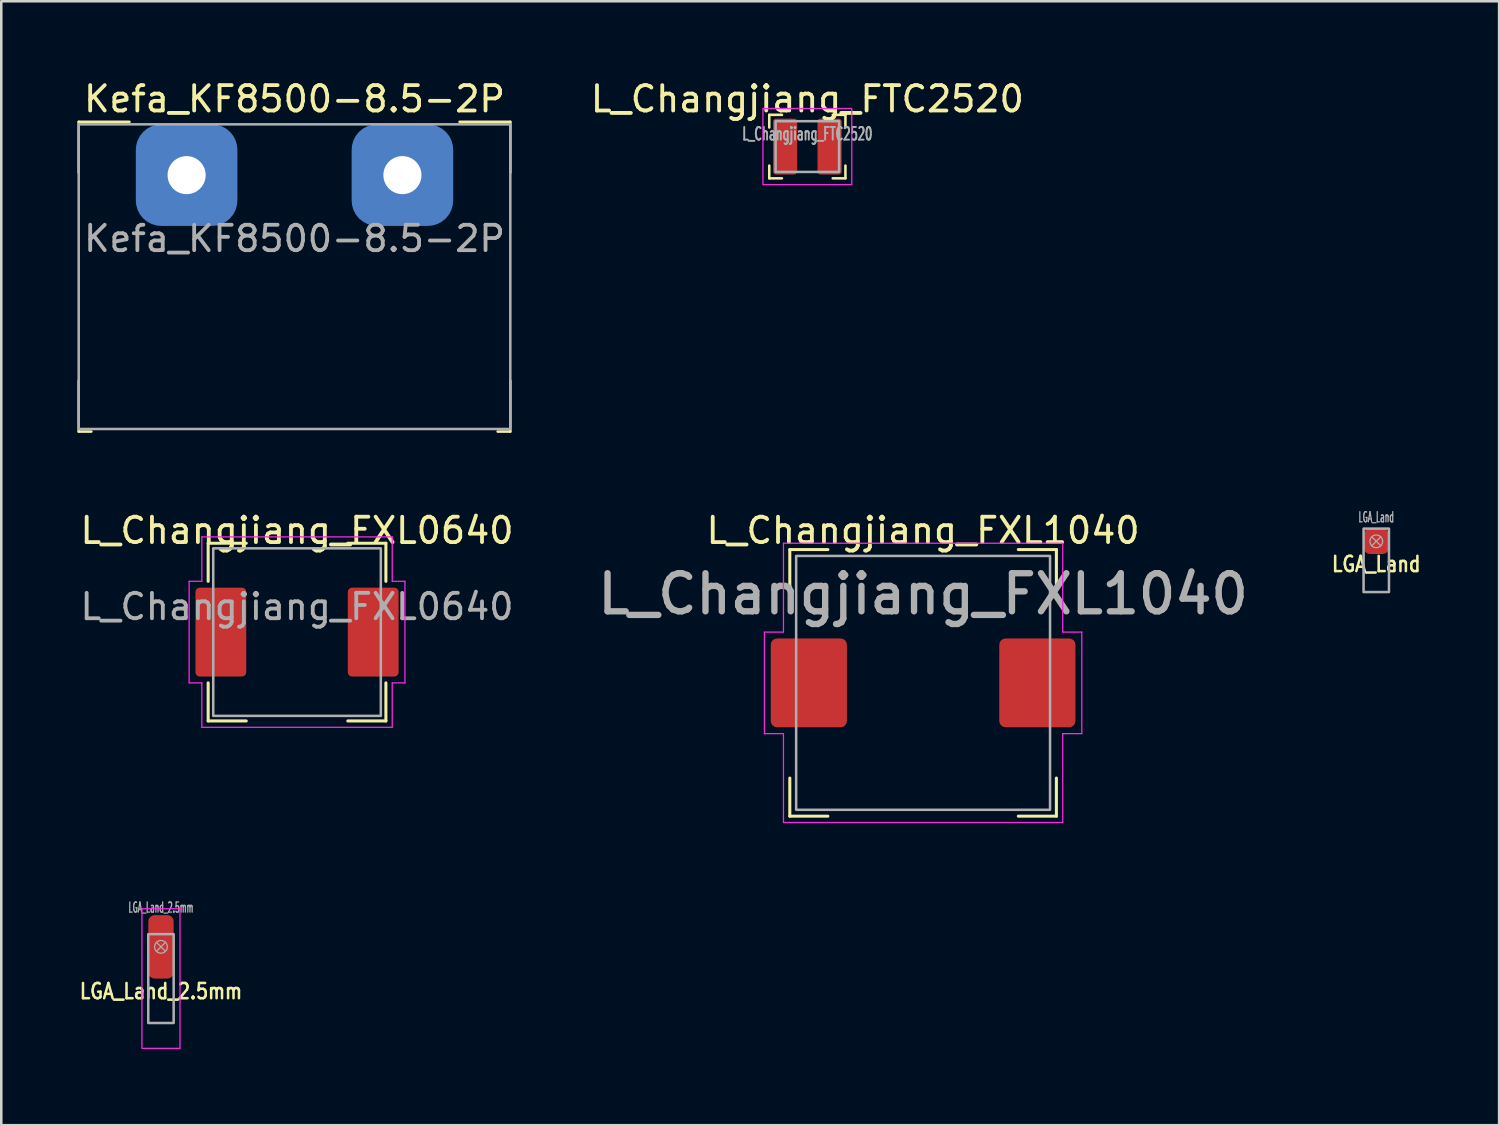
<source format=kicad_pcb>
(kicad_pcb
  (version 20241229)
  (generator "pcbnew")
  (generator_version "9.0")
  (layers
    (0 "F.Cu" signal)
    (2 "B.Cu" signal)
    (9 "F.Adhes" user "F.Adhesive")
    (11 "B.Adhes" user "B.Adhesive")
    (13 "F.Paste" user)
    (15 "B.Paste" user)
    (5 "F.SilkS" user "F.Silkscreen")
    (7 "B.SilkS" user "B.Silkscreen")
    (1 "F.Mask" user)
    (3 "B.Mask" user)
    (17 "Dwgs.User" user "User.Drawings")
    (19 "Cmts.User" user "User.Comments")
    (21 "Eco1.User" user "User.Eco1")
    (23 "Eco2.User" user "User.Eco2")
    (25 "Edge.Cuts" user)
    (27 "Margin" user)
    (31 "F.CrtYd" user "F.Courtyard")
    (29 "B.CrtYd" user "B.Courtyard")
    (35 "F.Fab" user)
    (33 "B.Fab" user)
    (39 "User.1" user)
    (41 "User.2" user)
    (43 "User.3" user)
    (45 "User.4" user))
  (footprint "L_Changjiang_FXL1040"
    (layer "F.Cu")
    (at 33.308 23.846)
    (property "Reference" "L_Changjiang_FXL1040" (at 0 -6 0) (unlocked yes) (layer "F.SilkS") (effects (font (size 1 1) (thickness 0.15))))
    (attr smd)
    (fp_line (start -5.25 -5.25) (end -5.25 -3.75) (stroke (width 0.12) (type default)) (layer "F.SilkS"))
    (fp_line (start -5.25 -5.25) (end -3.75 -5.25) (stroke (width 0.12) (type default)) (layer "F.SilkS"))
    (fp_line (start -5.25 5.25) (end -5.25 3.75) (stroke (width 0.12) (type default)) (layer "F.SilkS"))
    (fp_line (start -5.25 5.25) (end -3.75 5.25) (stroke (width 0.12) (type default)) (layer "F.SilkS"))
    (fp_line (start 5.25 -5.25) (end 3.75 -5.25) (stroke (width 0.12) (type default)) (layer "F.SilkS"))
    (fp_line (start 5.25 -5.25) (end 5.25 -3.75) (stroke (width 0.12) (type default)) (layer "F.SilkS"))
    (fp_line (start 5.25 5.25) (end 3.75 5.25) (stroke (width 0.12) (type default)) (layer "F.SilkS"))
    (fp_line (start 5.25 5.25) (end 5.25 3.75) (stroke (width 0.12) (type default)) (layer "F.SilkS"))
    (fp_line (start -6.25 -2) (end -5.5 -2) (stroke (width 0.05) (type default)) (layer "F.CrtYd"))
    (fp_line (start -6.25 2) (end -6.25 -2) (stroke (width 0.05) (type default)) (layer "F.CrtYd"))
    (fp_line (start -5.5 -5.5) (end 5.5 -5.5) (stroke (width 0.05) (type default)) (layer "F.CrtYd"))
    (fp_line (start -5.5 -2) (end -5.5 -5.5) (stroke (width 0.05) (type default)) (layer "F.CrtYd"))
    (fp_line (start -5.5 2) (end -6.25 2) (stroke (width 0.05) (type default)) (layer "F.CrtYd"))
    (fp_line (start -5.5 5.5) (end -5.5 2) (stroke (width 0.05) (type default)) (layer "F.CrtYd"))
    (fp_line (start 5.5 -5.5) (end 5.5 -2) (stroke (width 0.05) (type default)) (layer "F.CrtYd"))
    (fp_line (start 5.5 -2) (end 6.25 -2) (stroke (width 0.05) (type default)) (layer "F.CrtYd"))
    (fp_line (start 5.5 2) (end 5.5 5.5) (stroke (width 0.05) (type default)) (layer "F.CrtYd"))
    (fp_line (start 5.5 5.5) (end -5.5 5.5) (stroke (width 0.05) (type default)) (layer "F.CrtYd"))
    (fp_line (start 6.25 -2) (end 6.25 2) (stroke (width 0.05) (type default)) (layer "F.CrtYd"))
    (fp_line (start 6.25 2) (end 5.5 2) (stroke (width 0.05) (type default)) (layer "F.CrtYd"))
    (fp_rect (start -5 -5) (end 5 5) (stroke (width 0.1) (type default)) (fill no) (layer "F.Fab"))
    (fp_text user "${REFERENCE}" (at 0 -3.5 0) (unlocked yes) (layer "F.Fab") (effects (font (size 1.5 1.5) (thickness 0.25) (bold yes))))
    (pad "1" smd roundrect (at -4.5 0) (size 3 3.5) (layers "F.Cu" "F.Mask" "F.Paste") (roundrect_rratio 0.083))
    (pad "2" smd roundrect (at 4.5 0) (size 3 3.5) (layers "F.Cu" "F.Mask" "F.Paste") (roundrect_rratio 0.083)))
  (footprint "LGA_Land"
    (layer "F.Cu")
    (at 51.157 18.27)
    (property "Reference" "LGA_Land" (at 0 0.9 0) (unlocked yes) (layer "F.SilkS") (effects (font (size 0.6 0.5) (thickness 0.1))))
    (attr smd)
    (fp_line (start -0.177 -0.177) (end 0.177 0.177) (stroke (width 0.05) (type default)) (layer "F.Fab"))
    (fp_line (start -0.177 0.177) (end 0.177 -0.177) (stroke (width 0.05) (type default)) (layer "F.Fab"))
    (fp_rect (start -0.5 -0.5) (end 0.5 2) (stroke (width 0.1) (type default)) (fill no) (layer "F.Fab"))
    (fp_circle (center 0 0) (end 0.177 -0.177) (stroke (width 0.05) (type default)) (fill no) (layer "F.Fab"))
    (fp_text user "${REFERENCE}" (at 0 -0.95 0) (unlocked yes) (layer "F.Fab") (effects (font (size 0.4 0.2) (thickness 0.05))))
    (pad "1" smd roundrect (at 0 0) (size 1 1) (layers "F.Cu" "F.Mask") (roundrect_rratio 0.25)))
  (footprint "L_Changjiang_FXL0640"
    (layer "F.Cu")
    (at 8.649 21.846)
    (property "Reference" "L_Changjiang_FXL0640" (at 0 -4 0) (unlocked yes) (layer "F.SilkS") (effects (font (size 1 1) (thickness 0.15))))
    (attr smd)
    (fp_line (start -3.5 -3.5) (end -3.5 -2) (stroke (width 0.12) (type default)) (layer "F.SilkS"))
    (fp_line (start -3.5 -3.5) (end -2 -3.5) (stroke (width 0.12) (type default)) (layer "F.SilkS"))
    (fp_line (start -3.5 3.5) (end -3.5 2) (stroke (width 0.12) (type default)) (layer "F.SilkS"))
    (fp_line (start -3.5 3.5) (end -2 3.5) (stroke (width 0.12) (type default)) (layer "F.SilkS"))
    (fp_line (start 3.5 -3.5) (end 2 -3.5) (stroke (width 0.12) (type default)) (layer "F.SilkS"))
    (fp_line (start 3.5 -3.5) (end 3.5 -2) (stroke (width 0.12) (type default)) (layer "F.SilkS"))
    (fp_line (start 3.5 3.5) (end 2 3.5) (stroke (width 0.12) (type default)) (layer "F.SilkS"))
    (fp_line (start 3.5 3.5) (end 3.5 2) (stroke (width 0.12) (type default)) (layer "F.SilkS"))
    (fp_line (start -4.25 -2) (end -3.75 -2) (stroke (width 0.05) (type default)) (layer "F.CrtYd"))
    (fp_line (start -4.25 2) (end -4.25 -2) (stroke (width 0.05) (type default)) (layer "F.CrtYd"))
    (fp_line (start -3.75 -2) (end -3.75 -3.75) (stroke (width 0.05) (type default)) (layer "F.CrtYd"))
    (fp_line (start -3.75 2) (end -4.25 2) (stroke (width 0.05) (type default)) (layer "F.CrtYd"))
    (fp_line (start -3.75 3.75) (end -3.75 2) (stroke (width 0.05) (type default)) (layer "F.CrtYd"))
    (fp_line (start 3.75 -3.75) (end -3.75 -3.75) (stroke (width 0.05) (type default)) (layer "F.CrtYd"))
    (fp_line (start 3.75 -3.75) (end 3.75 -2) (stroke (width 0.05) (type default)) (layer "F.CrtYd"))
    (fp_line (start 3.75 -2) (end 4.25 -2) (stroke (width 0.05) (type default)) (layer "F.CrtYd"))
    (fp_line (start 3.75 2) (end 3.75 3.75) (stroke (width 0.05) (type default)) (layer "F.CrtYd"))
    (fp_line (start 3.75 3.75) (end -3.75 3.75) (stroke (width 0.05) (type default)) (layer "F.CrtYd"))
    (fp_line (start 4.25 -2) (end 4.25 2) (stroke (width 0.05) (type default)) (layer "F.CrtYd"))
    (fp_line (start 4.25 2) (end 3.75 2) (stroke (width 0.05) (type default)) (layer "F.CrtYd"))
    (fp_rect (start -3.3 -3.3) (end 3.3 3.3) (stroke (width 0.1) (type default)) (fill no) (layer "F.Fab"))
    (fp_text user "${REFERENCE}" (at 0 -1 0) (unlocked yes) (layer "F.Fab") (effects (font (size 1 1) (thickness 0.15))))
    (pad "1" smd roundrect (at -3 0) (size 2 3.5) (layers "F.Cu" "F.Mask" "F.Paste") (roundrect_rratio 0.083))
    (pad "2" smd roundrect (at 3 0) (size 2 3.5) (layers "F.Cu" "F.Mask" "F.Paste") (roundrect_rratio 0.083)))
  (footprint "LGA_Land_2.5mm"
    (layer "F.Cu")
    (at 3.29 34.243)
    (property "Reference" "LGA_Land_2.5mm" (at 0 1.75 0) (unlocked yes) (layer "F.SilkS") (effects (font (size 0.6 0.5) (thickness 0.1))))
    (attr smd)
    (fp_rect (start -0.75 -1.5) (end 0.75 4) (stroke (width 0.05) (type default)) (fill no) (layer "F.CrtYd"))
    (fp_line (start -0.177 -0.177) (end 0.177 0.177) (stroke (width 0.05) (type default)) (layer "F.Fab"))
    (fp_line (start -0.177 0.177) (end 0.177 -0.177) (stroke (width 0.05) (type default)) (layer "F.Fab"))
    (fp_rect (start -0.5 -0.5) (end 0.5 3) (stroke (width 0.1) (type default)) (fill no) (layer "F.Fab"))
    (fp_circle (center 0 0) (end 0.177 -0.177) (stroke (width 0.05) (type default)) (fill no) (layer "F.Fab"))
    (fp_text user "${REFERENCE}" (at 0 -1.55 0) (unlocked yes) (layer "F.Fab") (effects (font (size 0.4 0.2) (thickness 0.05))))
    (pad "1" smd roundrect (at 0 0) (size 1 2.5) (layers "F.Cu" "F.Mask") (roundrect_rratio 0.25)))
  (footprint "L_Changjiang_FTC2520"
    (layer "F.Cu")
    (at 28.749 2.723)
    (property "Reference" "L_Changjiang_FTC2520" (at 0 -1.875 0) (layer "F.SilkS") (effects (font (size 1 1) (thickness 0.15))))
    (attr through_hole)
    (fp_line (start -1.5 -1.25) (end -1.5 -0.75) (stroke (width 0.1) (type default)) (layer "F.SilkS"))
    (fp_line (start -1.5 -1.25) (end -1 -1.25) (stroke (width 0.1) (type default)) (layer "F.SilkS"))
    (fp_line (start -1.5 1.25) (end -1.5 0.75) (stroke (width 0.1) (type default)) (layer "F.SilkS"))
    (fp_line (start -1.5 1.25) (end -1 1.25) (stroke (width 0.1) (type default)) (layer "F.SilkS"))
    (fp_line (start 1.5 -1.25) (end 1 -1.25) (stroke (width 0.1) (type default)) (layer "F.SilkS"))
    (fp_line (start 1.5 -1.25) (end 1.5 -0.75) (stroke (width 0.1) (type default)) (layer "F.SilkS"))
    (fp_line (start 1.5 1.25) (end 1 1.25) (stroke (width 0.1) (type default)) (layer "F.SilkS"))
    (fp_line (start 1.5 1.25) (end 1.5 0.75) (stroke (width 0.1) (type default)) (layer "F.SilkS"))
    (fp_rect (start -1.1 -0.8) (end -0.65 0.8) (stroke (width 0.25) (type solid)) (fill yes) (layer "F.Paste"))
    (fp_rect (start 0.65 -0.8) (end 1.1 0.8) (stroke (width 0.25) (type solid)) (fill yes) (layer "F.Paste"))
    (fp_rect (start -1.75 -1.5) (end 1.75 1.5) (stroke (width 0.05) (type default)) (fill no) (layer "F.CrtYd"))
    (fp_rect (start -1.25 -1) (end 1.25 1) (stroke (width 0.1) (type default)) (fill no) (layer "F.Fab"))
    (fp_text user "${REFERENCE}" (at 0 -0.5 0) (layer "F.Fab") (effects (font (size 0.5 0.3) (thickness 0.075) (bold yes))))
    (pad "1" smd roundrect (at -0.875 0 180) (size 0.95 2.2) (layers "F.Cu" "F.Mask") (roundrect_rratio 0.125))
    (pad "2" smd roundrect (at 0.875 0 180) (size 0.95 2.2) (layers "F.Cu" "F.Mask") (roundrect_rratio 0.125)))
  (footprint "Kefa_KF8500-8.5-2P"
    (layer "F.Cu")
    (at 8.55 3.848)
    (property "Reference" "Kefa_KF8500-8.5-2P" (at 0 -3 0) (layer "F.SilkS") (effects (font (size 1 1) (thickness 0.15))))
    (attr through_hole)
    (fp_line (start -8.5 -2.1) (end -8.5 -0.1) (stroke (width 0.1) (type default)) (layer "F.SilkS"))
    (fp_line (start -8.5 -2.1) (end -6.5 -2.1) (stroke (width 0.1) (type default)) (layer "F.SilkS"))
    (fp_line (start -8.5 10.1) (end -8.5 8.1) (stroke (width 0.1) (type default)) (layer "F.SilkS"))
    (fp_line (start -8.5 10.1) (end -8 10.1) (stroke (width 0.1) (type default)) (layer "F.SilkS"))
    (fp_line (start 8.5 -2.1) (end 6.5 -2.1) (stroke (width 0.1) (type default)) (layer "F.SilkS"))
    (fp_line (start 8.5 -2.1) (end 8.5 -0.1) (stroke (width 0.1) (type default)) (layer "F.SilkS"))
    (fp_line (start 8.5 10.1) (end 8 10.1) (stroke (width 0.1) (type default)) (layer "F.SilkS"))
    (fp_line (start 8.5 10.1) (end 8.5 8.1) (stroke (width 0.1) (type default)) (layer "F.SilkS"))
    (fp_rect (start -4.825 -0.3) (end -3.675 0.3) (stroke (width 0.05) (type default)) (fill no) (layer "F.Fab"))
    (fp_rect (start 3.675 -0.3) (end 4.825 0.3) (stroke (width 0.05) (type default)) (fill no) (layer "F.Fab"))
    (fp_rect (start 8.5 -2) (end -8.5 10) (stroke (width 0.1) (type default)) (fill no) (layer "F.Fab"))
    (fp_text user "${REFERENCE}" (at 0 2.5 0) (layer "F.Fab") (effects (font (size 1 1) (thickness 0.15))))
    (pad "1" thru_hole roundrect (at -4.25 0) (size 2.5 2.5) (drill 1.5) (layers "*.Cu" "*.Mask") (roundrect_rratio 0.2))
    (pad "1" smd roundrect (at -4.25 0) (size 4 4) (layers "B.Cu" "B.Mask") (roundrect_rratio 0.25))
    (pad "2" thru_hole roundrect (at 4.25 0) (size 2.5 2.5) (drill 1.5) (layers "*.Cu" "*.Mask") (roundrect_rratio 0.2))
    (pad "2" smd roundrect (at 4.25 0) (size 4 4) (layers "B.Cu" "B.Mask") (roundrect_rratio 0.25)))
  (gr_rect
    (start -3 -3)
    (end 55.995 41.268)
    (stroke (width 0.1) (type default))
    (fill no)
    (layer "Edge.Cuts")))
</source>
